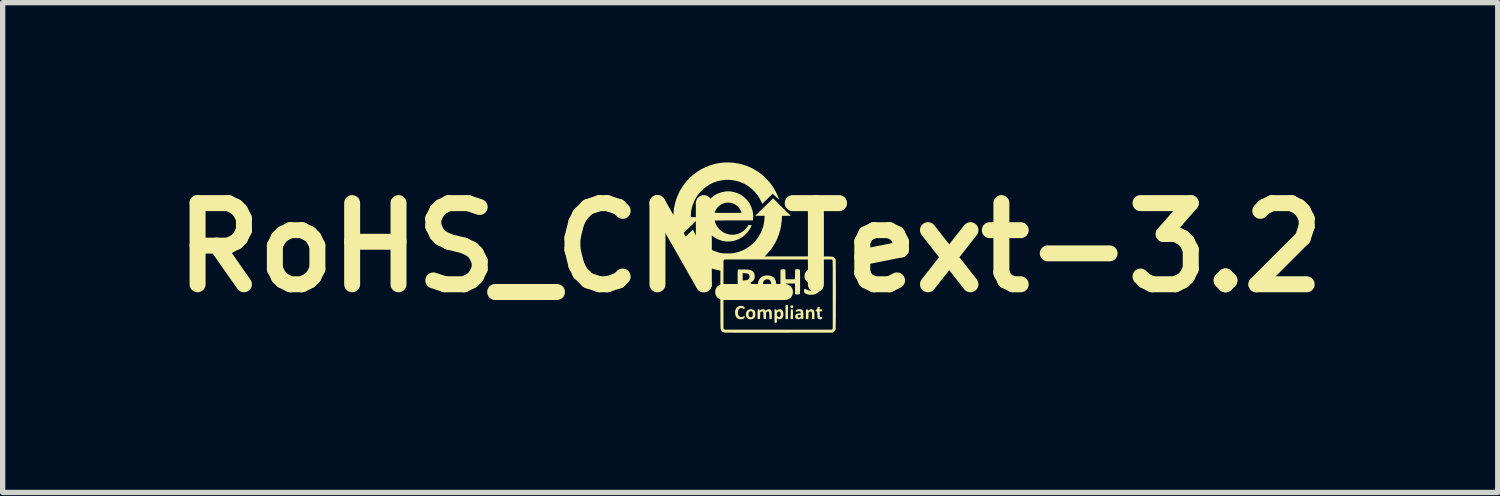
<source format=kicad_pcb>
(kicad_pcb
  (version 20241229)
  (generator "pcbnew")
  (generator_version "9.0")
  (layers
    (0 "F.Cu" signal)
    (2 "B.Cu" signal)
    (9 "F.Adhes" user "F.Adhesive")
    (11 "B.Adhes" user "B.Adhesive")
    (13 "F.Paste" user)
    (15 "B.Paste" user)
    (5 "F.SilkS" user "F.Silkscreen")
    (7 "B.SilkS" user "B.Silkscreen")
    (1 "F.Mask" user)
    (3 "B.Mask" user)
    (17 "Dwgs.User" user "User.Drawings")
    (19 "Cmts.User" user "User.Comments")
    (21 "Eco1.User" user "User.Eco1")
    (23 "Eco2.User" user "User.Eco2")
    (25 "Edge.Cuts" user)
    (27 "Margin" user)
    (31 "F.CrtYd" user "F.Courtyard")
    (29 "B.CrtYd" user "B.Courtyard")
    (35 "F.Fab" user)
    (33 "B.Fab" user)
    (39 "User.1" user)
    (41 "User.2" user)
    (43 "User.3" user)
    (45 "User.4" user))
  (footprint "RoHS_CN_Text-3.2"
    (layer "F.Cu")
    (at 11.038 1.599)
    (property "Reference" "RoHS_CN_Text-3.2" (at 0 0 0) (layer "F.SilkS") (effects (font (size 1.524 1.524) (thickness 0.3))))
    (attr board_only exclude_from_pos_files exclude_from_bom)
    (fp_poly (pts (xy 0.803 1.253) (xy 0.804 1.343) (xy 0.758 1.343) (xy 0.76 1.253) (xy 0.761 1.163) (xy 0.802 1.163)) (stroke (width 0) (type solid)) (fill yes) (layer "F.SilkS"))
    (fp_poly (pts (xy 0.698 1.08) (xy 0.709 1.083) (xy 0.709 1.343) (xy 0.663 1.343) (xy 0.663 1.083) (xy 0.675 1.08) (xy 0.688 1.079)) (stroke (width 0) (type solid)) (fill yes) (layer "F.SilkS"))
    (fp_poly (pts (xy 0.797 1.088) (xy 0.805 1.094) (xy 0.808 1.107) (xy 0.808 1.112) (xy 0.807 1.124) (xy 0.801 1.131) (xy 0.8 1.132) (xy 0.787 1.135) (xy 0.774 1.135) (xy 0.763 1.131) (xy 0.761 1.129) (xy 0.756 1.12) (xy 0.754 1.111) (xy 0.758 1.097) (xy 0.767 1.089) (xy 0.783 1.086) (xy 0.783 1.086)) (stroke (width 0) (type solid)) (fill yes) (layer "F.SilkS"))
    (fp_poly (pts (xy 1.161 1.159) (xy 1.18 1.167) (xy 1.184 1.17) (xy 1.191 1.177) (xy 1.197 1.185) (xy 1.201 1.196) (xy 1.204 1.21) (xy 1.206 1.229) (xy 1.206 1.255) (xy 1.206 1.275) (xy 1.206 1.343) (xy 1.162 1.343) (xy 1.16 1.279) (xy 1.16 1.254) (xy 1.159 1.236) (xy 1.158 1.224) (xy 1.156 1.216) (xy 1.154 1.211) (xy 1.151 1.208) (xy 1.149 1.206) (xy 1.137 1.199) (xy 1.124 1.2) (xy 1.11 1.208) (xy 1.108 1.209) (xy 1.095 1.219) (xy 1.094 1.28) (xy 1.092 1.341) (xy 1.071 1.342) (xy 1.056 1.342) (xy 1.048 1.34) (xy 1.047 1.338) (xy 1.046 1.332) (xy 1.046 1.32) (xy 1.045 1.302) (xy 1.045 1.279) (xy 1.046 1.254) (xy 1.046 1.248) (xy 1.047 1.163) (xy 1.065 1.163) (xy 1.077 1.163) (xy 1.083 1.166) (xy 1.085 1.171) (xy 1.085 1.174) (xy 1.087 1.186) (xy 1.099 1.176) (xy 1.119 1.163) (xy 1.14 1.158)) (stroke (width 0) (type solid)) (fill yes) (layer "F.SilkS"))
    (fp_poly (pts (xy 0.028 1.158) (xy 0.035 1.16) (xy 0.059 1.167) (xy 0.076 1.177) (xy 0.087 1.192) (xy 0.094 1.213) (xy 0.097 1.24) (xy 0.097 1.25) (xy 0.095 1.28) (xy 0.089 1.303) (xy 0.078 1.321) (xy 0.061 1.334) (xy 0.042 1.343) (xy 0.023 1.346) (xy 0.000129 1.347) (xy -0.022 1.344) (xy -0.03 1.341) (xy -0.051 1.33) (xy -0.066 1.314) (xy -0.075 1.291) (xy -0.079 1.263) (xy -0.08 1.254) (xy -0.079 1.244) (xy -0.032 1.244) (xy -0.031 1.266) (xy -0.031 1.269) (xy -0.025 1.287) (xy -0.014 1.301) (xy 0.001 1.309) (xy 0.017 1.31) (xy 0.029 1.306) (xy 0.04 1.295) (xy 0.047 1.279) (xy 0.05 1.256) (xy 0.05 1.252) (xy 0.048 1.227) (xy 0.041 1.21) (xy 0.029 1.199) (xy 0.013 1.194) (xy 0.008 1.194) (xy -0.007 1.198) (xy -0.019 1.208) (xy -0.028 1.224) (xy -0.032 1.244) (xy -0.079 1.244) (xy -0.077 1.224) (xy -0.068 1.199) (xy -0.054 1.18) (xy -0.033 1.167) (xy -0.011 1.16) (xy 0.009 1.157)) (stroke (width 0) (type solid)) (fill yes) (layer "F.SilkS"))
    (fp_poly (pts (xy 1.306 1.161) (xy 1.327 1.161) (xy 1.339 1.161) (xy 1.346 1.163) (xy 1.349 1.168) (xy 1.35 1.171) (xy 1.352 1.184) (xy 1.349 1.192) (xy 1.34 1.196) (xy 1.328 1.197) (xy 1.306 1.199) (xy 1.306 1.245) (xy 1.306 1.269) (xy 1.308 1.286) (xy 1.311 1.297) (xy 1.315 1.303) (xy 1.323 1.306) (xy 1.332 1.305) (xy 1.343 1.305) (xy 1.348 1.307) (xy 1.35 1.313) (xy 1.351 1.324) (xy 1.349 1.331) (xy 1.343 1.34) (xy 1.33 1.345) (xy 1.314 1.347) (xy 1.297 1.345) (xy 1.287 1.342) (xy 1.278 1.337) (xy 1.272 1.332) (xy 1.267 1.325) (xy 1.264 1.314) (xy 1.262 1.299) (xy 1.261 1.277) (xy 1.26 1.261) (xy 1.258 1.2) (xy 1.244 1.199) (xy 1.236 1.198) (xy 1.232 1.194) (xy 1.232 1.186) (xy 1.232 1.18) (xy 1.233 1.169) (xy 1.237 1.164) (xy 1.244 1.162) (xy 1.247 1.162) (xy 1.254 1.16) (xy 1.258 1.157) (xy 1.26 1.15) (xy 1.261 1.139) (xy 1.262 1.117) (xy 1.304 1.117)) (stroke (width 0) (type solid)) (fill yes) (layer "F.SilkS"))
    (fp_poly (pts (xy -0.146 1.097) (xy -0.128 1.104) (xy -0.114 1.113) (xy -0.105 1.125) (xy -0.104 1.135) (xy -0.105 1.147) (xy -0.109 1.153) (xy -0.117 1.153) (xy -0.131 1.146) (xy -0.154 1.138) (xy -0.176 1.137) (xy -0.196 1.143) (xy -0.212 1.156) (xy -0.222 1.171) (xy -0.226 1.183) (xy -0.229 1.197) (xy -0.23 1.216) (xy -0.23 1.223) (xy -0.229 1.248) (xy -0.224 1.267) (xy -0.216 1.282) (xy -0.203 1.294) (xy -0.202 1.295) (xy -0.187 1.302) (xy -0.168 1.304) (xy -0.148 1.302) (xy -0.13 1.295) (xy -0.127 1.294) (xy -0.115 1.288) (xy -0.108 1.288) (xy -0.104 1.295) (xy -0.104 1.305) (xy -0.106 1.319) (xy -0.113 1.329) (xy -0.126 1.337) (xy -0.139 1.341) (xy -0.171 1.347) (xy -0.203 1.344) (xy -0.217 1.341) (xy -0.241 1.329) (xy -0.26 1.311) (xy -0.273 1.287) (xy -0.281 1.257) (xy -0.284 1.221) (xy -0.284 1.22) (xy -0.283 1.201) (xy -0.282 1.187) (xy -0.279 1.175) (xy -0.274 1.162) (xy -0.27 1.155) (xy -0.256 1.132) (xy -0.24 1.115) (xy -0.219 1.104) (xy -0.212 1.101) (xy -0.189 1.095) (xy -0.167 1.095)) (stroke (width 0) (type solid)) (fill yes) (layer "F.SilkS"))
    (fp_poly (pts (xy 0.365 1.159) (xy 0.382 1.167) (xy 0.395 1.182) (xy 0.398 1.187) (xy 0.401 1.195) (xy 0.403 1.204) (xy 0.405 1.216) (xy 0.406 1.232) (xy 0.406 1.254) (xy 0.406 1.274) (xy 0.406 1.343) (xy 0.361 1.343) (xy 0.36 1.279) (xy 0.359 1.254) (xy 0.358 1.236) (xy 0.357 1.224) (xy 0.356 1.216) (xy 0.353 1.21) (xy 0.351 1.207) (xy 0.339 1.199) (xy 0.326 1.2) (xy 0.312 1.208) (xy 0.311 1.209) (xy 0.299 1.219) (xy 0.298 1.28) (xy 0.296 1.341) (xy 0.251 1.341) (xy 0.25 1.285) (xy 0.249 1.259) (xy 0.248 1.24) (xy 0.247 1.226) (xy 0.245 1.217) (xy 0.243 1.211) (xy 0.239 1.206) (xy 0.238 1.205) (xy 0.227 1.199) (xy 0.214 1.2) (xy 0.201 1.208) (xy 0.189 1.218) (xy 0.184 1.341) (xy 0.163 1.342) (xy 0.148 1.342) (xy 0.14 1.34) (xy 0.139 1.338) (xy 0.138 1.332) (xy 0.138 1.32) (xy 0.138 1.302) (xy 0.137 1.279) (xy 0.138 1.254) (xy 0.138 1.248) (xy 0.139 1.163) (xy 0.159 1.162) (xy 0.17 1.161) (xy 0.176 1.162) (xy 0.178 1.167) (xy 0.178 1.173) (xy 0.178 1.186) (xy 0.191 1.176) (xy 0.21 1.164) (xy 0.231 1.158) (xy 0.252 1.159) (xy 0.271 1.167) (xy 0.279 1.173) (xy 0.291 1.186) (xy 0.307 1.173) (xy 0.326 1.162) (xy 0.346 1.157)) (stroke (width 0) (type solid)) (fill yes) (layer "F.SilkS"))
    (fp_poly (pts (xy 0.954 1.16) (xy 0.956 1.161) (xy 0.97 1.167) (xy 0.981 1.175) (xy 0.989 1.186) (xy 0.994 1.201) (xy 0.997 1.221) (xy 0.999 1.248) (xy 0.998 1.282) (xy 0.998 1.283) (xy 0.997 1.341) (xy 0.979 1.342) (xy 0.967 1.343) (xy 0.962 1.34) (xy 0.959 1.335) (xy 0.957 1.33) (xy 0.954 1.329) (xy 0.948 1.333) (xy 0.944 1.336) (xy 0.927 1.344) (xy 0.906 1.346) (xy 0.885 1.344) (xy 0.872 1.34) (xy 0.857 1.328) (xy 0.847 1.311) (xy 0.844 1.292) (xy 0.891 1.292) (xy 0.895 1.304) (xy 0.903 1.312) (xy 0.915 1.314) (xy 0.929 1.311) (xy 0.938 1.306) (xy 0.946 1.297) (xy 0.949 1.286) (xy 0.949 1.28) (xy 0.949 1.263) (xy 0.927 1.265) (xy 0.909 1.268) (xy 0.898 1.273) (xy 0.892 1.282) (xy 0.891 1.292) (xy 0.844 1.292) (xy 0.844 1.29) (xy 0.844 1.288) (xy 0.848 1.27) (xy 0.859 1.255) (xy 0.877 1.245) (xy 0.901 1.238) (xy 0.919 1.236) (xy 0.949 1.234) (xy 0.949 1.221) (xy 0.947 1.209) (xy 0.943 1.2) (xy 0.943 1.2) (xy 0.933 1.196) (xy 0.918 1.194) (xy 0.901 1.196) (xy 0.883 1.201) (xy 0.879 1.202) (xy 0.866 1.207) (xy 0.858 1.207) (xy 0.855 1.2) (xy 0.855 1.189) (xy 0.857 1.179) (xy 0.863 1.172) (xy 0.872 1.168) (xy 0.89 1.161) (xy 0.912 1.158) (xy 0.934 1.157)) (stroke (width 0) (type solid)) (fill yes) (layer "F.SilkS"))
    (fp_poly (pts (xy 0.573 1.16) (xy 0.586 1.164) (xy 0.591 1.167) (xy 0.606 1.182) (xy 0.616 1.203) (xy 0.622 1.228) (xy 0.624 1.254) (xy 0.621 1.281) (xy 0.613 1.305) (xy 0.612 1.307) (xy 0.604 1.322) (xy 0.595 1.331) (xy 0.584 1.338) (xy 0.582 1.339) (xy 0.56 1.346) (xy 0.538 1.345) (xy 0.517 1.337) (xy 0.514 1.335) (xy 0.502 1.326) (xy 0.502 1.367) (xy 0.502 1.386) (xy 0.501 1.398) (xy 0.5 1.405) (xy 0.497 1.409) (xy 0.493 1.411) (xy 0.492 1.411) (xy 0.477 1.413) (xy 0.463 1.411) (xy 0.461 1.41) (xy 0.46 1.407) (xy 0.458 1.402) (xy 0.457 1.394) (xy 0.457 1.382) (xy 0.456 1.364) (xy 0.456 1.341) (xy 0.456 1.311) (xy 0.456 1.285) (xy 0.456 1.253) (xy 0.502 1.253) (xy 0.502 1.268) (xy 0.503 1.278) (xy 0.507 1.286) (xy 0.513 1.292) (xy 0.514 1.294) (xy 0.529 1.304) (xy 0.544 1.306) (xy 0.557 1.3) (xy 0.564 1.293) (xy 0.571 1.278) (xy 0.574 1.259) (xy 0.574 1.24) (xy 0.57 1.222) (xy 0.565 1.212) (xy 0.554 1.201) (xy 0.54 1.199) (xy 0.525 1.204) (xy 0.517 1.211) (xy 0.509 1.218) (xy 0.504 1.225) (xy 0.502 1.233) (xy 0.502 1.246) (xy 0.502 1.253) (xy 0.456 1.253) (xy 0.456 1.161) (xy 0.475 1.161) (xy 0.486 1.161) (xy 0.492 1.163) (xy 0.493 1.168) (xy 0.493 1.173) (xy 0.493 1.185) (xy 0.512 1.172) (xy 0.525 1.164) (xy 0.537 1.16) (xy 0.552 1.159) (xy 0.556 1.159)) (stroke (width 0) (type solid)) (fill yes) (layer "F.SilkS"))
    (fp_poly (pts (xy 0.336 0.523) (xy 0.375 0.529) (xy 0.408 0.54) (xy 0.436 0.557) (xy 0.458 0.58) (xy 0.474 0.609) (xy 0.484 0.644) (xy 0.489 0.685) (xy 0.489 0.701) (xy 0.486 0.744) (xy 0.477 0.782) (xy 0.462 0.814) (xy 0.442 0.841) (xy 0.415 0.862) (xy 0.391 0.875) (xy 0.371 0.88) (xy 0.345 0.884) (xy 0.317 0.886) (xy 0.289 0.886) (xy 0.265 0.883) (xy 0.254 0.881) (xy 0.231 0.873) (xy 0.213 0.864) (xy 0.196 0.851) (xy 0.189 0.844) (xy 0.171 0.822) (xy 0.158 0.797) (xy 0.15 0.767) (xy 0.146 0.732) (xy 0.146 0.709) (xy 0.238 0.709) (xy 0.24 0.734) (xy 0.244 0.756) (xy 0.248 0.77) (xy 0.257 0.787) (xy 0.267 0.799) (xy 0.28 0.807) (xy 0.289 0.811) (xy 0.303 0.815) (xy 0.315 0.816) (xy 0.329 0.814) (xy 0.337 0.812) (xy 0.359 0.803) (xy 0.376 0.787) (xy 0.387 0.767) (xy 0.391 0.756) (xy 0.394 0.744) (xy 0.395 0.728) (xy 0.395 0.706) (xy 0.395 0.705) (xy 0.395 0.684) (xy 0.394 0.669) (xy 0.392 0.657) (xy 0.388 0.646) (xy 0.385 0.638) (xy 0.372 0.617) (xy 0.357 0.604) (xy 0.337 0.597) (xy 0.32 0.596) (xy 0.294 0.599) (xy 0.273 0.609) (xy 0.257 0.626) (xy 0.246 0.645) (xy 0.241 0.662) (xy 0.239 0.684) (xy 0.238 0.709) (xy 0.146 0.709) (xy 0.146 0.696) (xy 0.148 0.67) (xy 0.15 0.65) (xy 0.154 0.633) (xy 0.157 0.625) (xy 0.174 0.593) (xy 0.196 0.567) (xy 0.224 0.546) (xy 0.256 0.532) (xy 0.293 0.524) (xy 0.334 0.523)) (stroke (width 0) (type solid)) (fill yes) (layer "F.SilkS"))
    (fp_poly (pts (xy 0.905 0.408) (xy 0.919 0.41) (xy 0.929 0.414) (xy 0.931 0.415) (xy 0.932 0.417) (xy 0.933 0.421) (xy 0.934 0.427) (xy 0.935 0.437) (xy 0.936 0.451) (xy 0.936 0.47) (xy 0.936 0.493) (xy 0.937 0.523) (xy 0.937 0.559) (xy 0.937 0.602) (xy 0.937 0.645) (xy 0.937 0.695) (xy 0.937 0.738) (xy 0.937 0.773) (xy 0.936 0.802) (xy 0.936 0.826) (xy 0.935 0.843) (xy 0.935 0.857) (xy 0.934 0.866) (xy 0.933 0.871) (xy 0.931 0.874) (xy 0.931 0.874) (xy 0.922 0.878) (xy 0.908 0.881) (xy 0.891 0.882) (xy 0.874 0.881) (xy 0.86 0.879) (xy 0.859 0.879) (xy 0.842 0.874) (xy 0.842 0.676) (xy 0.663 0.676) (xy 0.663 0.874) (xy 0.648 0.879) (xy 0.627 0.882) (xy 0.603 0.882) (xy 0.589 0.88) (xy 0.584 0.879) (xy 0.58 0.878) (xy 0.577 0.876) (xy 0.575 0.873) (xy 0.573 0.867) (xy 0.571 0.859) (xy 0.57 0.847) (xy 0.569 0.831) (xy 0.569 0.811) (xy 0.568 0.784) (xy 0.568 0.752) (xy 0.568 0.713) (xy 0.568 0.667) (xy 0.568 0.645) (xy 0.568 0.595) (xy 0.568 0.553) (xy 0.568 0.518) (xy 0.568 0.489) (xy 0.569 0.467) (xy 0.569 0.449) (xy 0.57 0.436) (xy 0.571 0.426) (xy 0.572 0.42) (xy 0.573 0.416) (xy 0.574 0.415) (xy 0.582 0.411) (xy 0.596 0.409) (xy 0.613 0.407) (xy 0.63 0.407) (xy 0.644 0.409) (xy 0.647 0.409) (xy 0.661 0.413) (xy 0.665 0.595) (xy 0.839 0.595) (xy 0.842 0.504) (xy 0.844 0.413) (xy 0.858 0.409) (xy 0.871 0.407) (xy 0.888 0.407)) (stroke (width 0) (type solid)) (fill yes) (layer "F.SilkS"))
    (fp_poly (pts (xy 1.199 0.405) (xy 1.216 0.406) (xy 1.23 0.408) (xy 1.243 0.411) (xy 1.25 0.414) (xy 1.268 0.421) (xy 1.28 0.43) (xy 1.286 0.441) (xy 1.289 0.456) (xy 1.289 0.468) (xy 1.289 0.483) (xy 1.287 0.495) (xy 1.285 0.502) (xy 1.283 0.504) (xy 1.281 0.506) (xy 1.277 0.505) (xy 1.27 0.503) (xy 1.259 0.498) (xy 1.242 0.491) (xy 1.233 0.488) (xy 1.209 0.48) (xy 1.184 0.477) (xy 1.16 0.478) (xy 1.142 0.484) (xy 1.127 0.495) (xy 1.118 0.51) (xy 1.115 0.527) (xy 1.12 0.545) (xy 1.127 0.556) (xy 1.132 0.562) (xy 1.138 0.567) (xy 1.144 0.571) (xy 1.153 0.577) (xy 1.166 0.583) (xy 1.184 0.592) (xy 1.208 0.603) (xy 1.211 0.605) (xy 1.245 0.623) (xy 1.272 0.642) (xy 1.292 0.662) (xy 1.306 0.684) (xy 1.313 0.709) (xy 1.316 0.738) (xy 1.313 0.773) (xy 1.302 0.804) (xy 1.285 0.831) (xy 1.261 0.853) (xy 1.23 0.87) (xy 1.199 0.881) (xy 1.186 0.883) (xy 1.169 0.885) (xy 1.15 0.886) (xy 1.13 0.887) (xy 1.114 0.887) (xy 1.103 0.886) (xy 1.101 0.885) (xy 1.095 0.883) (xy 1.083 0.88) (xy 1.069 0.876) (xy 1.067 0.875) (xy 1.046 0.867) (xy 1.029 0.858) (xy 1.024 0.854) (xy 1.018 0.848) (xy 1.014 0.841) (xy 1.012 0.833) (xy 1.012 0.819) (xy 1.012 0.811) (xy 1.012 0.792) (xy 1.014 0.781) (xy 1.019 0.775) (xy 1.028 0.776) (xy 1.043 0.781) (xy 1.056 0.788) (xy 1.088 0.801) (xy 1.119 0.809) (xy 1.147 0.811) (xy 1.172 0.807) (xy 1.193 0.797) (xy 1.208 0.782) (xy 1.211 0.778) (xy 1.218 0.76) (xy 1.217 0.741) (xy 1.211 0.727) (xy 1.203 0.717) (xy 1.192 0.707) (xy 1.176 0.698) (xy 1.155 0.686) (xy 1.136 0.678) (xy 1.1 0.66) (xy 1.071 0.642) (xy 1.049 0.623) (xy 1.034 0.602) (xy 1.025 0.578) (xy 1.02 0.552) (xy 1.02 0.539) (xy 1.022 0.509) (xy 1.028 0.485) (xy 1.039 0.464) (xy 1.055 0.445) (xy 1.073 0.429) (xy 1.091 0.418) (xy 1.112 0.41) (xy 1.137 0.406) (xy 1.168 0.404) (xy 1.175 0.404)) (stroke (width 0) (type solid)) (fill yes) (layer "F.SilkS"))
    (fp_poly (pts (xy -0.317 -1.593) (xy -0.229 -1.58) (xy -0.143 -1.559) (xy -0.057 -1.531) (xy 0.026 -1.494) (xy 0.031 -1.492) (xy 0.109 -1.448) (xy 0.183 -1.399) (xy 0.252 -1.342) (xy 0.296 -1.3) (xy 0.351 -1.241) (xy 0.399 -1.181) (xy 0.442 -1.117) (xy 0.48 -1.049) (xy 0.494 -1.022) (xy 0.504 -0.999) (xy 0.515 -0.976) (xy 0.524 -0.954) (xy 0.532 -0.934) (xy 0.538 -0.918) (xy 0.542 -0.907) (xy 0.542 -0.902) (xy 0.542 -0.902) (xy 0.539 -0.904) (xy 0.531 -0.911) (xy 0.518 -0.922) (xy 0.502 -0.937) (xy 0.484 -0.953) (xy 0.481 -0.956) (xy 0.422 -1.011) (xy 0.324 -0.916) (xy 0.227 -0.822) (xy 0.209 -0.86) (xy 0.174 -0.928) (xy 0.133 -0.99) (xy 0.085 -1.048) (xy 0.031 -1.101) (xy -0.028 -1.147) (xy -0.092 -1.188) (xy -0.119 -1.202) (xy -0.185 -1.23) (xy -0.254 -1.251) (xy -0.326 -1.265) (xy -0.398 -1.272) (xy -0.472 -1.271) (xy -0.544 -1.262) (xy -0.615 -1.246) (xy -0.616 -1.245) (xy -0.687 -1.221) (xy -0.754 -1.188) (xy -0.818 -1.149) (xy -0.877 -1.102) (xy -0.916 -1.065) (xy -0.958 -1.019) (xy -0.994 -0.972) (xy -1.026 -0.921) (xy -1.043 -0.889) (xy -1.071 -0.825) (xy -1.092 -0.762) (xy -1.106 -0.699) (xy -1.114 -0.634) (xy -1.114 -0.623) (xy -1.116 -0.572) (xy -1.031 -0.571) (xy -0.946 -0.57) (xy -1.11 -0.41) (xy -1.14 -0.381) (xy -1.169 -0.353) (xy -1.196 -0.327) (xy -1.22 -0.304) (xy -1.24 -0.284) (xy -1.256 -0.269) (xy -1.268 -0.257) (xy -1.275 -0.251) (xy -1.276 -0.25) (xy -1.28 -0.253) (xy -1.288 -0.261) (xy -1.302 -0.273) (xy -1.32 -0.29) (xy -1.341 -0.311) (xy -1.366 -0.335) (xy -1.393 -0.362) (xy -1.423 -0.391) (xy -1.443 -0.41) (xy -1.606 -0.572) (xy -1.444 -0.572) (xy -1.441 -0.631) (xy -1.433 -0.72) (xy -1.417 -0.808) (xy -1.393 -0.895) (xy -1.361 -0.979) (xy -1.322 -1.062) (xy -1.274 -1.141) (xy -1.23 -1.204) (xy -1.211 -1.227) (xy -1.188 -1.253) (xy -1.161 -1.281) (xy -1.133 -1.31) (xy -1.105 -1.337) (xy -1.079 -1.361) (xy -1.063 -1.373) (xy -0.99 -1.427) (xy -0.913 -1.474) (xy -0.834 -1.513) (xy -0.751 -1.545) (xy -0.666 -1.57) (xy -0.58 -1.587) (xy -0.493 -1.597) (xy -0.405 -1.599)) (stroke (width 0) (type solid)) (fill yes) (layer "F.SilkS"))
    (fp_poly (pts (xy -0.154 0.411) (xy -0.123 0.411) (xy -0.12 0.411) (xy -0.084 0.412) (xy -0.055 0.413) (xy -0.032 0.415) (xy -0.014 0.417) (xy 0.001 0.42) (xy 0.014 0.424) (xy 0.025 0.43) (xy 0.036 0.437) (xy 0.042 0.442) (xy 0.062 0.46) (xy 0.076 0.484) (xy 0.083 0.512) (xy 0.085 0.539) (xy 0.085 0.558) (xy 0.083 0.572) (xy 0.079 0.585) (xy 0.073 0.598) (xy 0.056 0.623) (xy 0.034 0.643) (xy 0.015 0.653) (xy -0.001 0.66) (xy 0.017 0.675) (xy 0.03 0.689) (xy 0.042 0.704) (xy 0.046 0.712) (xy 0.053 0.725) (xy 0.062 0.743) (xy 0.071 0.764) (xy 0.08 0.786) (xy 0.089 0.808) (xy 0.098 0.829) (xy 0.104 0.847) (xy 0.109 0.86) (xy 0.111 0.868) (xy 0.111 0.869) (xy 0.107 0.875) (xy 0.097 0.88) (xy 0.095 0.88) (xy 0.082 0.882) (xy 0.066 0.883) (xy 0.049 0.882) (xy 0.032 0.88) (xy 0.02 0.877) (xy 0.015 0.874) (xy 0.011 0.869) (xy 0.006 0.857) (xy -0.002 0.84) (xy -0.011 0.819) (xy -0.019 0.799) (xy -0.03 0.771) (xy -0.039 0.75) (xy -0.047 0.734) (xy -0.055 0.722) (xy -0.062 0.712) (xy -0.064 0.71) (xy -0.074 0.7) (xy -0.081 0.694) (xy -0.09 0.691) (xy -0.102 0.689) (xy -0.111 0.689) (xy -0.141 0.687) (xy -0.141 0.778) (xy -0.141 0.809) (xy -0.141 0.833) (xy -0.142 0.85) (xy -0.143 0.862) (xy -0.144 0.87) (xy -0.146 0.874) (xy -0.147 0.874) (xy -0.154 0.877) (xy -0.167 0.88) (xy -0.184 0.881) (xy -0.2 0.881) (xy -0.215 0.881) (xy -0.222 0.88) (xy -0.234 0.877) (xy -0.235 0.651) (xy -0.236 0.602) (xy -0.236 0.56) (xy -0.236 0.526) (xy -0.236 0.498) (xy -0.235 0.48) (xy -0.141 0.48) (xy -0.141 0.619) (xy -0.101 0.616) (xy -0.079 0.614) (xy -0.062 0.611) (xy -0.05 0.607) (xy -0.045 0.604) (xy -0.028 0.591) (xy -0.018 0.574) (xy -0.013 0.555) (xy -0.013 0.535) (xy -0.019 0.516) (xy -0.031 0.501) (xy -0.043 0.493) (xy -0.056 0.488) (xy -0.073 0.484) (xy -0.096 0.482) (xy -0.1 0.482) (xy -0.141 0.48) (xy -0.235 0.48) (xy -0.235 0.475) (xy -0.235 0.457) (xy -0.235 0.444) (xy -0.234 0.434) (xy -0.233 0.427) (xy -0.232 0.422) (xy -0.23 0.419) (xy -0.229 0.418) (xy -0.227 0.415) (xy -0.223 0.413) (xy -0.217 0.412) (xy -0.209 0.411) (xy -0.196 0.411) (xy -0.178 0.411)) (stroke (width 0) (type solid)) (fill yes) (layer "F.SilkS"))
    (fp_poly (pts (xy -0.361 -1.053) (xy -0.307 -1.043) (xy -0.252 -1.026) (xy -0.2 -1.004) (xy -0.152 -0.976) (xy -0.147 -0.973) (xy -0.126 -0.957) (xy -0.102 -0.936) (xy -0.078 -0.913) (xy -0.055 -0.889) (xy -0.037 -0.867) (xy -0.037 -0.867) (xy -0.01 -0.826) (xy 0.013 -0.779) (xy 0.033 -0.73) (xy 0.047 -0.681) (xy 0.05 -0.663) (xy 0.052 -0.646) (xy 0.054 -0.625) (xy 0.055 -0.601) (xy 0.055 -0.577) (xy 0.055 -0.555) (xy 0.054 -0.536) (xy 0.053 -0.523) (xy 0.053 -0.521) (xy 0.05 -0.51) (xy -0.309 -0.51) (xy -0.363 -0.51) (xy -0.414 -0.51) (xy -0.462 -0.51) (xy -0.507 -0.509) (xy -0.547 -0.509) (xy -0.583 -0.509) (xy -0.613 -0.508) (xy -0.637 -0.508) (xy -0.655 -0.507) (xy -0.665 -0.507) (xy -0.667 -0.507) (xy -0.666 -0.497) (xy -0.661 -0.482) (xy -0.655 -0.464) (xy -0.647 -0.445) (xy -0.639 -0.428) (xy -0.638 -0.427) (xy -0.611 -0.382) (xy -0.578 -0.342) (xy -0.539 -0.308) (xy -0.494 -0.28) (xy -0.445 -0.259) (xy -0.439 -0.257) (xy -0.393 -0.245) (xy -0.344 -0.241) (xy -0.295 -0.243) (xy -0.247 -0.252) (xy -0.206 -0.265) (xy -0.163 -0.288) (xy -0.122 -0.316) (xy -0.086 -0.35) (xy -0.057 -0.387) (xy -0.055 -0.39) (xy -0.046 -0.402) (xy -0.04 -0.413) (xy -0.037 -0.419) (xy -0.037 -0.419) (xy -0.032 -0.421) (xy -0.02 -0.422) (xy -0.003 -0.422) (xy 0.029 -0.421) (xy 0.009 -0.379) (xy -0.022 -0.325) (xy -0.06 -0.276) (xy -0.102 -0.233) (xy -0.15 -0.195) (xy -0.202 -0.165) (xy -0.258 -0.141) (xy -0.317 -0.124) (xy -0.326 -0.122) (xy -0.344 -0.119) (xy -0.368 -0.117) (xy -0.393 -0.115) (xy -0.417 -0.114) (xy -0.439 -0.114) (xy -0.455 -0.114) (xy -0.456 -0.115) (xy -0.52 -0.126) (xy -0.579 -0.143) (xy -0.633 -0.167) (xy -0.683 -0.198) (xy -0.73 -0.235) (xy -0.751 -0.256) (xy -0.789 -0.3) (xy -0.821 -0.346) (xy -0.846 -0.396) (xy -0.867 -0.452) (xy -0.873 -0.476) (xy -0.878 -0.493) (xy -0.881 -0.508) (xy -0.883 -0.524) (xy -0.884 -0.542) (xy -0.884 -0.565) (xy -0.884 -0.582) (xy -0.883 -0.624) (xy -0.88 -0.658) (xy -0.667 -0.658) (xy -0.667 -0.656) (xy -0.665 -0.655) (xy -0.661 -0.654) (xy -0.654 -0.653) (xy -0.645 -0.653) (xy -0.631 -0.652) (xy -0.613 -0.652) (xy -0.59 -0.651) (xy -0.561 -0.651) (xy -0.526 -0.651) (xy -0.484 -0.651) (xy -0.434 -0.651) (xy -0.415 -0.651) (xy -0.362 -0.651) (xy -0.316 -0.651) (xy -0.278 -0.651) (xy -0.247 -0.651) (xy -0.221 -0.652) (xy -0.201 -0.652) (xy -0.186 -0.653) (xy -0.175 -0.653) (xy -0.167 -0.654) (xy -0.163 -0.655) (xy -0.162 -0.656) (xy -0.162 -0.657) (xy -0.163 -0.663) (xy -0.168 -0.674) (xy -0.175 -0.689) (xy -0.18 -0.7) (xy -0.204 -0.739) (xy -0.234 -0.772) (xy -0.268 -0.8) (xy -0.307 -0.822) (xy -0.348 -0.836) (xy -0.392 -0.844) (xy -0.437 -0.844) (xy -0.451 -0.842) (xy -0.497 -0.831) (xy -0.539 -0.814) (xy -0.577 -0.789) (xy -0.611 -0.758) (xy -0.638 -0.72) (xy -0.653 -0.694) (xy -0.66 -0.679) (xy -0.665 -0.667) (xy -0.667 -0.659) (xy -0.667 -0.658) (xy -0.88 -0.658) (xy -0.88 -0.66) (xy -0.874 -0.694) (xy -0.865 -0.727) (xy -0.853 -0.759) (xy -0.828 -0.813) (xy -0.795 -0.864) (xy -0.756 -0.91) (xy -0.711 -0.952) (xy -0.661 -0.987) (xy -0.638 -1) (xy -0.604 -1.016) (xy -0.564 -1.031) (xy -0.522 -1.043) (xy -0.478 -1.051) (xy -0.437 -1.056) (xy -0.415 -1.057)) (stroke (width 0) (type solid)) (fill yes) (layer "F.SilkS"))
    (fp_poly (pts (xy 0.761 -0.597) (xy 0.68 -0.597) (xy 0.598 -0.597) (xy 0.594 -0.525) (xy 0.583 -0.43) (xy 0.566 -0.339) (xy 0.54 -0.251) (xy 0.508 -0.166) (xy 0.468 -0.086) (xy 0.421 -0.009) (xy 0.366 0.064) (xy 0.309 0.127) (xy 0.272 0.166) (xy 0.906 0.166) (xy 0.991 0.166) (xy 1.068 0.166) (xy 1.138 0.166) (xy 1.2 0.166) (xy 1.256 0.166) (xy 1.305 0.166) (xy 1.348 0.166) (xy 1.386 0.167) (xy 1.419 0.167) (xy 1.447 0.167) (xy 1.471 0.167) (xy 1.491 0.168) (xy 1.507 0.168) (xy 1.52 0.169) (xy 1.531 0.169) (xy 1.539 0.17) (xy 1.545 0.171) (xy 1.55 0.171) (xy 1.553 0.172) (xy 1.556 0.173) (xy 1.557 0.174) (xy 1.575 0.185) (xy 1.591 0.202) (xy 1.602 0.22) (xy 1.604 0.227) (xy 1.605 0.233) (xy 1.605 0.247) (xy 1.606 0.268) (xy 1.606 0.296) (xy 1.607 0.33) (xy 1.607 0.37) (xy 1.607 0.414) (xy 1.608 0.463) (xy 1.608 0.515) (xy 1.608 0.571) (xy 1.608 0.63) (xy 1.609 0.691) (xy 1.609 0.754) (xy 1.609 0.817) (xy 1.609 0.882) (xy 1.609 0.946) (xy 1.609 1.01) (xy 1.608 1.072) (xy 1.608 1.133) (xy 1.608 1.192) (xy 1.608 1.248) (xy 1.608 1.301) (xy 1.607 1.35) (xy 1.607 1.394) (xy 1.606 1.434) (xy 1.606 1.468) (xy 1.606 1.496) (xy 1.605 1.517) (xy 1.604 1.532) (xy 1.604 1.538) (xy 1.604 1.538) (xy 1.592 1.562) (xy 1.574 1.581) (xy 1.562 1.589) (xy 1.544 1.598) (xy 0.531 1.599) (xy 0.42 1.599) (xy 0.317 1.599) (xy 0.223 1.599) (xy 0.135 1.599) (xy 0.055 1.599) (xy -0.019 1.599) (xy -0.086 1.599) (xy -0.146 1.599) (xy -0.201 1.599) (xy -0.25 1.599) (xy -0.294 1.599) (xy -0.332 1.598) (xy -0.366 1.598) (xy -0.395 1.598) (xy -0.42 1.598) (xy -0.44 1.597) (xy -0.458 1.597) (xy -0.471 1.596) (xy -0.482 1.596) (xy -0.49 1.595) (xy -0.495 1.595) (xy -0.498 1.594) (xy -0.499 1.594) (xy -0.522 1.582) (xy -0.54 1.563) (xy -0.552 1.539) (xy -0.553 1.536) (xy -0.554 1.532) (xy -0.555 1.527) (xy -0.556 1.522) (xy -0.502 1.522) (xy -0.481 1.542) (xy 1.531 1.542) (xy 1.541 1.533) (xy 1.55 1.524) (xy 1.55 0.883) (xy 1.55 0.797) (xy 1.55 0.719) (xy 1.55 0.649) (xy 1.55 0.585) (xy 1.55 0.529) (xy 1.55 0.479) (xy 1.55 0.435) (xy 1.55 0.396) (xy 1.55 0.363) (xy 1.549 0.334) (xy 1.549 0.31) (xy 1.549 0.29) (xy 1.548 0.274) (xy 1.548 0.261) (xy 1.547 0.251) (xy 1.546 0.244) (xy 1.546 0.239) (xy 1.545 0.235) (xy 1.544 0.233) (xy 1.544 0.233) (xy 1.538 0.224) (xy -0.484 0.224) (xy -0.502 0.246) (xy -0.502 1.522) (xy -0.556 1.522) (xy -0.556 1.52) (xy -0.557 1.51) (xy -0.557 1.498) (xy -0.558 1.482) (xy -0.558 1.462) (xy -0.558 1.439) (xy -0.559 1.411) (xy -0.559 1.378) (xy -0.559 1.34) (xy -0.559 1.296) (xy -0.559 1.246) (xy -0.56 1.189) (xy -0.56 1.125) (xy -0.56 1.054) (xy -0.56 0.974) (xy -0.56 0.432) (xy -0.575 0.429) (xy -0.666 0.41) (xy -0.751 0.385) (xy -0.831 0.355) (xy -0.844 0.349) (xy -0.924 0.308) (xy -1.001 0.261) (xy -1.072 0.207) (xy -1.139 0.147) (xy -1.2 0.081) (xy -1.255 0.01) (xy -1.304 -0.066) (xy -1.346 -0.147) (xy -1.375 -0.213) (xy -1.381 -0.229) (xy -1.385 -0.242) (xy -1.388 -0.249) (xy -1.388 -0.251) (xy -1.385 -0.249) (xy -1.376 -0.242) (xy -1.364 -0.231) (xy -1.348 -0.217) (xy -1.331 -0.201) (xy -1.313 -0.185) (xy -1.297 -0.17) (xy -1.284 -0.159) (xy -1.276 -0.152) (xy -1.273 -0.149) (xy -1.269 -0.152) (xy -1.261 -0.16) (xy -1.247 -0.172) (xy -1.231 -0.188) (xy -1.211 -0.208) (xy -1.188 -0.229) (xy -1.173 -0.244) (xy -1.076 -0.339) (xy -1.051 -0.288) (xy -1.015 -0.22) (xy -0.972 -0.158) (xy -0.923 -0.101) (xy -0.869 -0.05) (xy -0.81 -0.005) (xy -0.746 0.033) (xy -0.677 0.064) (xy -0.605 0.089) (xy -0.56 0.1) (xy -0.543 0.103) (xy -0.528 0.106) (xy -0.512 0.107) (xy -0.493 0.109) (xy -0.47 0.109) (xy -0.441 0.11) (xy -0.427 0.11) (xy -0.395 0.11) (xy -0.37 0.109) (xy -0.35 0.108) (xy -0.333 0.107) (xy -0.317 0.105) (xy -0.3 0.102) (xy -0.291 0.1) (xy -0.218 0.082) (xy -0.148 0.055) (xy -0.082 0.022) (xy -0.02 -0.018) (xy 0.038 -0.064) (xy 0.09 -0.116) (xy 0.136 -0.173) (xy 0.176 -0.236) (xy 0.192 -0.265) (xy 0.219 -0.324) (xy 0.24 -0.382) (xy 0.255 -0.441) (xy 0.264 -0.504) (xy 0.268 -0.55) (xy 0.271 -0.597) (xy 0.094 -0.597) (xy 0.204 -0.704) (xy 0.232 -0.731) (xy 0.261 -0.759) (xy 0.289 -0.787) (xy 0.316 -0.814) (xy 0.341 -0.837) (xy 0.361 -0.857) (xy 0.371 -0.867) (xy 0.43 -0.925)) (stroke (width 0) (type solid)) (fill yes) (layer "F.SilkS")))
  (gr_rect
    (start -3 -3)
    (end 25.076 6.198)
    (stroke (width 0.1) (type default))
    (fill no)
    (layer "Edge.Cuts")))
</source>
